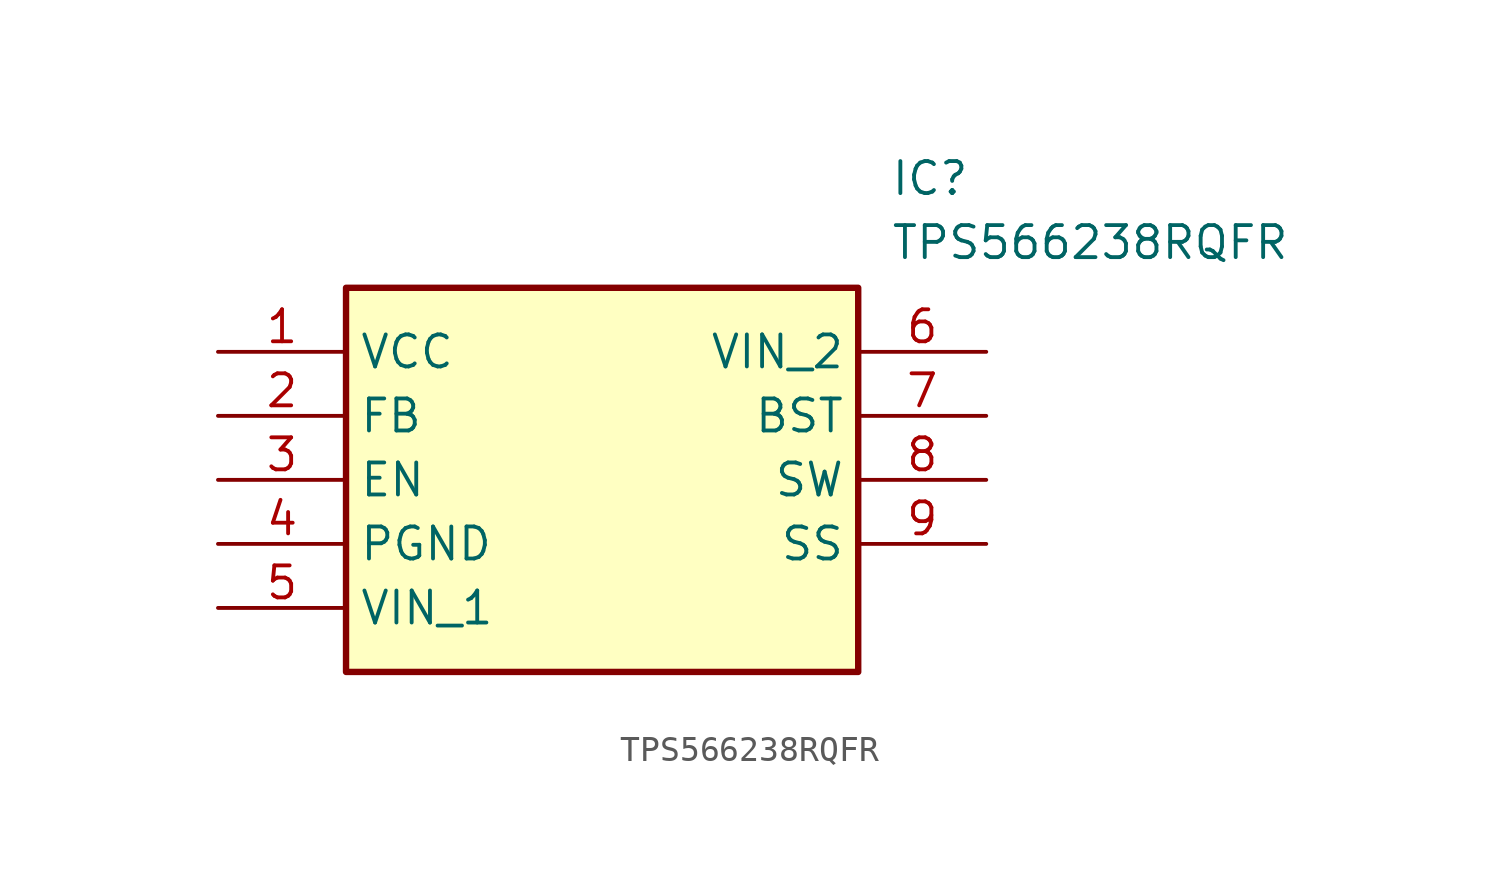
<source format=kicad_sym>
(kicad_symbol_lib
  (version 20211014)
  (generator SamacSys_ECAD_Model)
  (symbol "TPS566238RQFR"
    (property "Reference" "IC"
      (at 26.67 7.62 0)
      (effects (font (size 1.27 1.27)) (justify left top)))
    (property "Value" "TPS566238RQFR"
      (at 26.67 5.08 0)
      (effects (font (size 1.27 1.27)) (justify left top)))
    (rectangle
      (start 5.08 2.54)
      (end 25.4 -12.7)
      (stroke (width 0.254) (type default))
      (fill (type background)))
    (pin passive line
      (at 0 0 0)
      (length 5.08)
      (name "VCC" (effects (font (size 1.27 1.27))))
      (number "1" (effects (font (size 1.27 1.27)))))
    (pin passive line
      (at 0 -2.54 0)
      (length 5.08)
      (name "FB" (effects (font (size 1.27 1.27))))
      (number "2" (effects (font (size 1.27 1.27)))))
    (pin passive line
      (at 0 -5.08 0)
      (length 5.08)
      (name "EN" (effects (font (size 1.27 1.27))))
      (number "3" (effects (font (size 1.27 1.27)))))
    (pin passive line
      (at 0 -7.62 0)
      (length 5.08)
      (name "PGND" (effects (font (size 1.27 1.27))))
      (number "4" (effects (font (size 1.27 1.27)))))
    (pin passive line
      (at 0 -10.16 0)
      (length 5.08)
      (name "VIN_1" (effects (font (size 1.27 1.27))))
      (number "5" (effects (font (size 1.27 1.27)))))
    (pin passive line
      (at 30.48 0 180)
      (length 5.08)
      (name "VIN_2" (effects (font (size 1.27 1.27))))
      (number "6" (effects (font (size 1.27 1.27)))))
    (pin passive line
      (at 30.48 -2.54 180)
      (length 5.08)
      (name "BST" (effects (font (size 1.27 1.27))))
      (number "7" (effects (font (size 1.27 1.27)))))
    (pin passive line
      (at 30.48 -5.08 180)
      (length 5.08)
      (name "SW" (effects (font (size 1.27 1.27))))
      (number "8" (effects (font (size 1.27 1.27)))))
    (pin passive line
      (at 30.48 -7.62 180)
      (length 5.08)
      (name "SS" (effects (font (size 1.27 1.27))))
      (number "9" (effects (font (size 1.27 1.27)))))))
</source>
